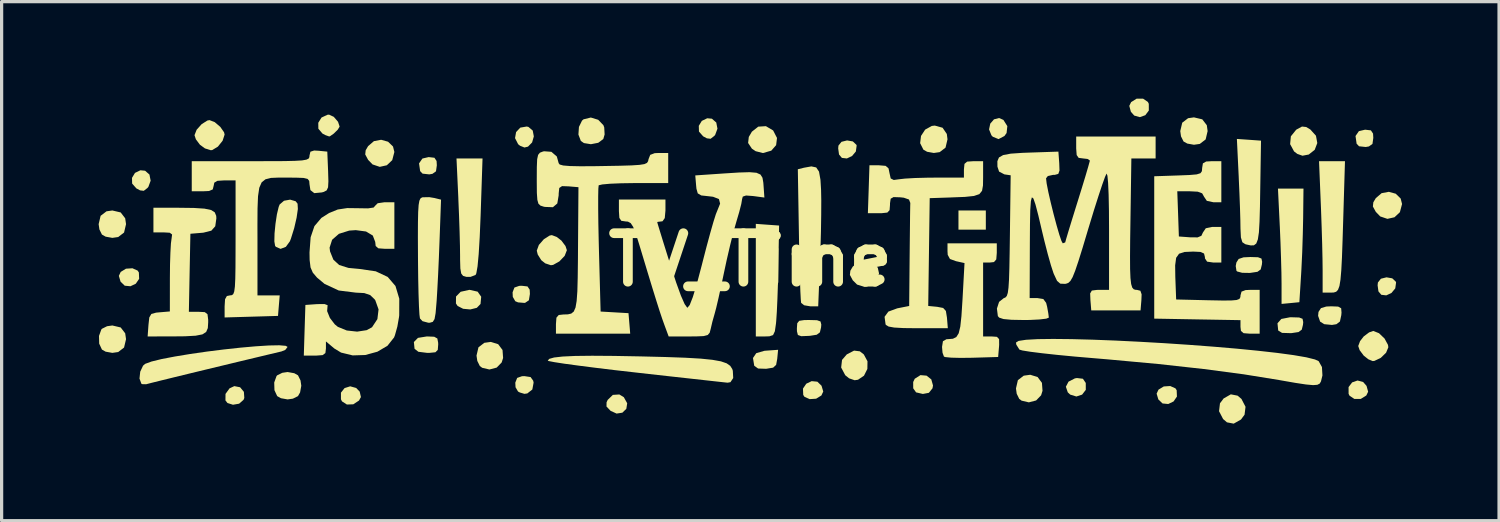
<source format=kicad_pcb>
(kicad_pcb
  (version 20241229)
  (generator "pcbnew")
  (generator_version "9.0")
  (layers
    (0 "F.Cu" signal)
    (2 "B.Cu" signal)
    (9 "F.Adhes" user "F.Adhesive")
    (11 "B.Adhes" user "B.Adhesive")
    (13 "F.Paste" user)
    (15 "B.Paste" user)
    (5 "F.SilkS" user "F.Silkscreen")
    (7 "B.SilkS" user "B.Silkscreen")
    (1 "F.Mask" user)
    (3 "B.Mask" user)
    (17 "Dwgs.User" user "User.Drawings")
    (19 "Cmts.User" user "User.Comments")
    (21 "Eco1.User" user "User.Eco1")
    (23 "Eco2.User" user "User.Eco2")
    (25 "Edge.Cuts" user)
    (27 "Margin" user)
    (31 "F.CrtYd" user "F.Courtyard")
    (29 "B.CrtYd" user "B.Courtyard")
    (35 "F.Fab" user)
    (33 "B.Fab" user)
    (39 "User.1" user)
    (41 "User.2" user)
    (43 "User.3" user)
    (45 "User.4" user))
  (footprint "TV_Time"
    (layer "F.Cu")
    (at 20.151 4.982)
    (property "Reference" "TV_Time" (at 0 0 0) (layer "F.SilkS") (effects (font (size 1.5 1.5) (thickness 0.3))))
    (attr board_only exclude_from_pos_files exclude_from_bom)
    (fp_poly (pts (xy 7.281 -1.228) (xy 7.281 -0.931) (xy 6.858 -0.931) (xy 6.435 -0.931) (xy 6.435 -1.228) (xy 6.435 -1.524) (xy 6.858 -1.524) (xy 7.281 -1.524)) (stroke (width 0) (type solid)) (fill yes) (layer "F.SilkS"))
    (fp_poly (pts (xy -18.946 0.334) (xy -18.907 0.393) (xy -18.899 0.589) (xy -19.002 0.74) (xy -19.168 0.819) (xy -19.344 0.802) (xy -19.473 0.677) (xy -19.526 0.498) (xy -19.469 0.376) (xy -19.306 0.276) (xy -19.106 0.263)) (stroke (width 0) (type solid)) (fill yes) (layer "F.SilkS"))
    (fp_poly (pts (xy -15.777 3.942) (xy -15.66 4.084) (xy -15.647 4.273) (xy -15.67 4.33) (xy -15.807 4.45) (xy -15.998 4.483) (xy -16.168 4.429) (xy -16.23 4.349) (xy -16.228 4.148) (xy -16.104 3.976) (xy -15.956 3.907)) (stroke (width 0) (type solid)) (fill yes) (layer "F.SilkS"))
    (fp_poly (pts (xy -12.188 3.964) (xy -12.079 4.078) (xy -12.041 4.245) (xy -12.101 4.353) (xy -12.277 4.469) (xy -12.475 4.476) (xy -12.627 4.378) (xy -12.659 4.314) (xy -12.659 4.109) (xy -12.547 3.968) (xy -12.373 3.913)) (stroke (width 0) (type solid)) (fill yes) (layer "F.SilkS"))
    (fp_poly (pts (xy -9.768 -3.154) (xy -9.702 -3.055) (xy -9.694 -2.921) (xy -9.72 -2.735) (xy -9.83 -2.657) (xy -9.928 -2.64) (xy -10.135 -2.663) (xy -10.21 -2.741) (xy -10.244 -2.98) (xy -10.14 -3.13) (xy -9.947 -3.175)) (stroke (width 0) (type solid)) (fill yes) (layer "F.SilkS"))
    (fp_poly (pts (xy -3.912 4.25) (xy -3.808 4.437) (xy -3.835 4.609) (xy -3.957 4.728) (xy -4.136 4.756) (xy -4.321 4.671) (xy -4.448 4.538) (xy -4.446 4.408) (xy -4.411 4.333) (xy -4.252 4.178) (xy -4.051 4.165)) (stroke (width 0) (type solid)) (fill yes) (layer "F.SilkS"))
    (fp_poly (pts (xy 2.072 3.77) (xy 2.201 3.895) (xy 2.254 4.074) (xy 2.197 4.196) (xy 2.034 4.296) (xy 1.834 4.309) (xy 1.674 4.238) (xy 1.635 4.179) (xy 1.627 3.983) (xy 1.73 3.832) (xy 1.896 3.753)) (stroke (width 0) (type solid)) (fill yes) (layer "F.SilkS"))
    (fp_poly (pts (xy 5.448 3.583) (xy 5.595 3.699) (xy 5.648 3.887) (xy 5.632 3.975) (xy 5.52 4.114) (xy 5.334 4.149) (xy 5.124 4.1) (xy 5.036 3.975) (xy 5.035 3.78) (xy 5.083 3.679) (xy 5.26 3.567)) (stroke (width 0) (type solid)) (fill yes) (layer "F.SilkS"))
    (fp_poly (pts (xy 7.825 -4.324) (xy 7.946 -4.132) (xy 7.923 -3.92) (xy 7.857 -3.827) (xy 7.674 -3.731) (xy 7.497 -3.803) (xy 7.454 -3.848) (xy 7.381 -4.03) (xy 7.418 -4.209) (xy 7.533 -4.342) (xy 7.692 -4.383)) (stroke (width 0) (type solid)) (fill yes) (layer "F.SilkS"))
    (fp_poly (pts (xy 10.283 3.679) (xy 10.371 3.809) (xy 10.372 4.022) (xy 10.258 4.17) (xy 10.081 4.228) (xy 9.89 4.169) (xy 9.815 4.099) (xy 9.756 3.926) (xy 9.838 3.769) (xy 10.034 3.668) (xy 10.098 3.657)) (stroke (width 0) (type solid)) (fill yes) (layer "F.SilkS"))
    (fp_poly (pts (xy 12.142 -4.982) (xy 12.292 -4.88) (xy 12.32 -4.822) (xy 12.321 -4.614) (xy 12.212 -4.47) (xy 12.044 -4.41) (xy 11.869 -4.459) (xy 11.766 -4.577) (xy 11.717 -4.758) (xy 11.773 -4.874) (xy 11.945 -4.982)) (stroke (width 0) (type solid)) (fill yes) (layer "F.SilkS"))
    (fp_poly (pts (xy 13.143 3.975) (xy 13.182 4.033) (xy 13.19 4.23) (xy 13.086 4.381) (xy 12.921 4.46) (xy 12.745 4.443) (xy 12.615 4.318) (xy 12.562 4.139) (xy 12.62 4.016) (xy 12.783 3.917) (xy 12.982 3.904)) (stroke (width 0) (type solid)) (fill yes) (layer "F.SilkS"))
    (fp_poly (pts (xy 18.949 3.781) (xy 19.053 3.9) (xy 19.102 4.08) (xy 19.046 4.196) (xy 18.873 4.304) (xy 18.677 4.304) (xy 18.527 4.203) (xy 18.498 4.145) (xy 18.497 3.937) (xy 18.607 3.792) (xy 18.775 3.733)) (stroke (width 0) (type solid)) (fill yes) (layer "F.SilkS"))
    (fp_poly (pts (xy 19.188 -4.001) (xy 19.254 -3.901) (xy 19.262 -3.768) (xy 19.236 -3.582) (xy 19.126 -3.504) (xy 19.028 -3.487) (xy 18.821 -3.509) (xy 18.746 -3.588) (xy 18.712 -3.826) (xy 18.816 -3.977) (xy 19.009 -4.022)) (stroke (width 0) (type solid)) (fill yes) (layer "F.SilkS"))
    (fp_poly (pts (xy -18.715 -2.753) (xy -18.58 -2.635) (xy -18.543 -2.445) (xy -18.614 -2.252) (xy -18.644 -2.218) (xy -18.755 -2.132) (xy -18.871 -2.146) (xy -18.986 -2.208) (xy -19.115 -2.356) (xy -19.12 -2.532) (xy -19.027 -2.686) (xy -18.86 -2.767)) (stroke (width 0) (type solid)) (fill yes) (layer "F.SilkS"))
    (fp_poly (pts (xy -8.433 0.986) (xy -8.322 1.143) (xy -8.343 1.367) (xy -8.458 1.486) (xy -8.659 1.536) (xy -8.88 1.516) (xy -9.052 1.429) (xy -9.103 1.351) (xy -9.101 1.137) (xy -8.958 0.99) (xy -8.697 0.932) (xy -8.677 0.931)) (stroke (width 0) (type solid)) (fill yes) (layer "F.SilkS"))
    (fp_poly (pts (xy -6.862 -4.108) (xy -6.729 -3.995) (xy -6.695 -3.814) (xy -6.748 -3.628) (xy -6.875 -3.498) (xy -6.985 -3.471) (xy -7.122 -3.526) (xy -7.18 -3.573) (xy -7.276 -3.761) (xy -7.243 -3.949) (xy -7.113 -4.086) (xy -6.915 -4.12)) (stroke (width 0) (type solid)) (fill yes) (layer "F.SilkS"))
    (fp_poly (pts (xy -1.189 -4.362) (xy -1.054 -4.244) (xy -1.017 -4.053) (xy -1.088 -3.861) (xy -1.118 -3.827) (xy -1.229 -3.741) (xy -1.345 -3.755) (xy -1.46 -3.817) (xy -1.589 -3.964) (xy -1.594 -4.141) (xy -1.501 -4.294) (xy -1.334 -4.375)) (stroke (width 0) (type solid)) (fill yes) (layer "F.SilkS"))
    (fp_poly (pts (xy 3.169 -3.659) (xy 3.28 -3.554) (xy 3.287 -3.531) (xy 3.262 -3.348) (xy 3.144 -3.207) (xy 2.984 -3.132) (xy 2.83 -3.15) (xy 2.742 -3.255) (xy 2.716 -3.443) (xy 2.724 -3.53) (xy 2.818 -3.647) (xy 2.991 -3.69)) (stroke (width 0) (type solid)) (fill yes) (layer "F.SilkS"))
    (fp_poly (pts (xy 15.066 4.202) (xy 15.185 4.303) (xy 15.311 4.546) (xy 15.281 4.791) (xy 15.17 4.94) (xy 14.946 5.067) (xy 14.737 5.027) (xy 14.618 4.925) (xy 14.492 4.683) (xy 14.521 4.438) (xy 14.633 4.289) (xy 14.857 4.161)) (stroke (width 0) (type solid)) (fill yes) (layer "F.SilkS"))
    (fp_poly (pts (xy 19.848 0.574) (xy 19.959 0.679) (xy 19.966 0.703) (xy 19.941 0.885) (xy 19.823 1.027) (xy 19.663 1.101) (xy 19.509 1.083) (xy 19.421 0.979) (xy 19.395 0.791) (xy 19.404 0.703) (xy 19.497 0.586) (xy 19.67 0.543)) (stroke (width 0) (type solid)) (fill yes) (layer "F.SilkS"))
    (fp_poly (pts (xy -19.469 -1.463) (xy -19.33 -1.282) (xy -19.304 -1.101) (xy -19.365 -0.842) (xy -19.546 -0.703) (xy -19.727 -0.677) (xy -19.934 -0.714) (xy -20.049 -0.779) (xy -20.127 -0.937) (xy -20.151 -1.101) (xy -20.09 -1.359) (xy -19.908 -1.498) (xy -19.727 -1.524)) (stroke (width 0) (type solid)) (fill yes) (layer "F.SilkS"))
    (fp_poly (pts (xy -11.202 -3.65) (xy -11.049 -3.502) (xy -11.007 -3.333) (xy -11.073 -3.08) (xy -11.24 -2.922) (xy -11.459 -2.873) (xy -11.682 -2.948) (xy -11.819 -3.09) (xy -11.908 -3.256) (xy -11.894 -3.386) (xy -11.819 -3.514) (xy -11.639 -3.668) (xy -11.416 -3.71)) (stroke (width 0) (type solid)) (fill yes) (layer "F.SilkS"))
    (fp_poly (pts (xy -7.798 2.61) (xy -7.663 2.79) (xy -7.645 3.036) (xy -7.689 3.175) (xy -7.843 3.334) (xy -8.068 3.393) (xy -8.292 3.34) (xy -8.365 3.285) (xy -8.443 3.127) (xy -8.467 2.963) (xy -8.407 2.707) (xy -8.226 2.568) (xy -8.025 2.54)) (stroke (width 0) (type solid)) (fill yes) (layer "F.SilkS"))
    (fp_poly (pts (xy -6.89 0.825) (xy -6.823 0.924) (xy -6.816 1.058) (xy -6.848 1.253) (xy -6.962 1.33) (xy -6.985 1.334) (xy -7.182 1.318) (xy -7.268 1.282) (xy -7.345 1.149) (xy -7.352 1.006) (xy -7.295 0.859) (xy -7.146 0.807) (xy -7.07 0.804)) (stroke (width 0) (type solid)) (fill yes) (layer "F.SilkS"))
    (fp_poly (pts (xy -6.795 3.627) (xy -6.714 3.74) (xy -6.702 3.8) (xy -6.741 4.011) (xy -6.896 4.133) (xy -6.985 4.146) (xy -7.127 4.104) (xy -7.183 4.074) (xy -7.26 3.943) (xy -7.268 3.8) (xy -7.21 3.653) (xy -7.062 3.601) (xy -6.985 3.598)) (stroke (width 0) (type solid)) (fill yes) (layer "F.SilkS"))
    (fp_poly (pts (xy 0.831 3.064) (xy 0.797 3.25) (xy 0.705 3.336) (xy 0.502 3.369) (xy 0.486 3.371) (xy 0.24 3.363) (xy 0.124 3.281) (xy 0.119 3.27) (xy 0.081 3.037) (xy 0.183 2.888) (xy 0.434 2.815) (xy 0.493 2.81) (xy 0.858 2.784)) (stroke (width 0) (type solid)) (fill yes) (layer "F.SilkS"))
    (fp_poly (pts (xy 3.386 2.831) (xy 3.508 2.927) (xy 3.622 3.139) (xy 3.618 3.376) (xy 3.514 3.584) (xy 3.329 3.71) (xy 3.224 3.725) (xy 3.053 3.666) (xy 2.934 3.57) (xy 2.808 3.332) (xy 2.835 3.096) (xy 2.982 2.926) (xy 3.207 2.809)) (stroke (width 0) (type solid)) (fill yes) (layer "F.SilkS"))
    (fp_poly (pts (xy 3.79 0.082) (xy 3.94 0.246) (xy 3.979 0.423) (xy 3.911 0.65) (xy 3.741 0.792) (xy 3.52 0.835) (xy 3.3 0.767) (xy 3.167 0.635) (xy 3.078 0.469) (xy 3.092 0.339) (xy 3.167 0.212) (xy 3.352 0.051) (xy 3.577 0.012)) (stroke (width 0) (type solid)) (fill yes) (layer "F.SilkS"))
    (fp_poly (pts (xy 5.944 -4.082) (xy 6.075 -3.889) (xy 6.096 -3.725) (xy 6.035 -3.467) (xy 5.854 -3.328) (xy 5.673 -3.302) (xy 5.466 -3.339) (xy 5.351 -3.404) (xy 5.25 -3.605) (xy 5.277 -3.829) (xy 5.405 -4.024) (xy 5.61 -4.138) (xy 5.704 -4.149)) (stroke (width 0) (type solid)) (fill yes) (layer "F.SilkS"))
    (fp_poly (pts (xy 8.882 3.626) (xy 9.016 3.806) (xy 9.034 4.052) (xy 8.99 4.191) (xy 8.836 4.35) (xy 8.611 4.409) (xy 8.387 4.356) (xy 8.314 4.301) (xy 8.236 4.143) (xy 8.213 3.979) (xy 8.272 3.723) (xy 8.453 3.584) (xy 8.655 3.556)) (stroke (width 0) (type solid)) (fill yes) (layer "F.SilkS"))
    (fp_poly (pts (xy 13.974 -4.342) (xy 14.114 -4.16) (xy 14.139 -3.979) (xy 14.078 -3.721) (xy 13.897 -3.582) (xy 13.716 -3.556) (xy 13.51 -3.593) (xy 13.394 -3.658) (xy 13.316 -3.816) (xy 13.293 -3.979) (xy 13.354 -4.238) (xy 13.535 -4.377) (xy 13.716 -4.403)) (stroke (width 0) (type solid)) (fill yes) (layer "F.SilkS"))
    (fp_poly (pts (xy 19.956 -2.042) (xy 20.108 -1.893) (xy 20.151 -1.724) (xy 20.084 -1.471) (xy 19.917 -1.314) (xy 19.698 -1.265) (xy 19.476 -1.34) (xy 19.339 -1.482) (xy 19.249 -1.647) (xy 19.263 -1.778) (xy 19.339 -1.905) (xy 19.518 -2.059) (xy 19.742 -2.101)) (stroke (width 0) (type solid)) (fill yes) (layer "F.SilkS"))
    (fp_poly (pts (xy -19.469 2.093) (xy -19.33 2.274) (xy -19.304 2.455) (xy -19.365 2.714) (xy -19.546 2.853) (xy -19.727 2.879) (xy -19.934 2.842) (xy -20.049 2.777) (xy -20.134 2.594) (xy -20.14 2.355) (xy -20.068 2.156) (xy -20.049 2.134) (xy -19.891 2.055) (xy -19.727 2.032)) (stroke (width 0) (type solid)) (fill yes) (layer "F.SilkS"))
    (fp_poly (pts (xy -12.88 -4.419) (xy -12.749 -4.266) (xy -12.7 -4.118) (xy -12.757 -4.023) (xy -12.881 -3.901) (xy -12.998 -3.819) (xy -13.024 -3.813) (xy -13.137 -3.853) (xy -13.229 -3.901) (xy -13.357 -4.051) (xy -13.36 -4.236) (xy -13.259 -4.398) (xy -13.073 -4.484) (xy -13.025 -4.487)) (stroke (width 0) (type solid)) (fill yes) (layer "F.SilkS"))
    (fp_poly (pts (xy -9.775 2.38) (xy -9.678 2.434) (xy -9.653 2.567) (xy -9.652 2.625) (xy -9.665 2.787) (xy -9.737 2.86) (xy -9.916 2.878) (xy -9.993 2.879) (xy -10.265 2.845) (xy -10.383 2.752) (xy -10.404 2.543) (xy -10.277 2.415) (xy -10.004 2.371) (xy -9.993 2.371)) (stroke (width 0) (type solid)) (fill yes) (layer "F.SilkS"))
    (fp_poly (pts (xy -4.704 -4.328) (xy -4.544 -4.161) (xy -4.518 -4.092) (xy -4.506 -3.875) (xy -4.547 -3.733) (xy -4.703 -3.617) (xy -4.93 -3.573) (xy -5.146 -3.608) (xy -5.241 -3.674) (xy -5.316 -3.871) (xy -5.3 -4.108) (xy -5.205 -4.302) (xy -5.157 -4.343) (xy -4.932 -4.398)) (stroke (width 0) (type solid)) (fill yes) (layer "F.SilkS"))
    (fp_poly (pts (xy 0.7 -4.001) (xy 0.707 -3.994) (xy 0.824 -3.766) (xy 0.797 -3.544) (xy 0.648 -3.374) (xy 0.399 -3.302) (xy 0.381 -3.302) (xy 0.164 -3.357) (xy 0.048 -3.435) (xy -0.069 -3.611) (xy -0.048 -3.798) (xy 0.047 -3.96) (xy 0.244 -4.116) (xy 0.481 -4.131)) (stroke (width 0) (type solid)) (fill yes) (layer "F.SilkS"))
    (fp_poly (pts (xy 17.187 -4.105) (xy 17.314 -4.029) (xy 17.489 -3.835) (xy 17.53 -3.609) (xy 17.45 -3.399) (xy 17.266 -3.254) (xy 17.072 -3.217) (xy 16.913 -3.273) (xy 16.812 -3.35) (xy 16.69 -3.575) (xy 16.713 -3.817) (xy 16.876 -4.019) (xy 16.891 -4.029) (xy 17.057 -4.119)) (stroke (width 0) (type solid)) (fill yes) (layer "F.SilkS"))
    (fp_poly (pts (xy 18.176 1.448) (xy 18.268 1.499) (xy 18.279 1.632) (xy 18.272 1.714) (xy 18.23 1.909) (xy 18.12 1.993) (xy 17.984 2.015) (xy 17.745 1.992) (xy 17.618 1.913) (xy 17.555 1.734) (xy 17.567 1.613) (xy 17.644 1.495) (xy 17.808 1.446) (xy 17.96 1.439)) (stroke (width 0) (type solid)) (fill yes) (layer "F.SilkS"))
    (fp_poly (pts (xy 0.529 -1.084) (xy 0.889 -1.058) (xy 0.864 0.254) (xy 0.853 0.745) (xy 0.837 1.21) (xy 0.819 1.606) (xy 0.8 1.892) (xy 0.793 1.968) (xy 0.758 2.211) (xy 0.702 2.329) (xy 0.588 2.367) (xy 0.458 2.371) (xy 0.169 2.371) (xy 0.169 0.63) (xy 0.169 -1.11)) (stroke (width 0) (type solid)) (fill yes) (layer "F.SilkS"))
    (fp_poly (pts (xy 16.969 1.785) (xy 17.074 1.825) (xy 17.095 1.927) (xy 17.087 2.011) (xy 17.05 2.161) (xy 16.951 2.235) (xy 16.739 2.267) (xy 16.709 2.269) (xy 16.44 2.261) (xy 16.322 2.188) (xy 16.321 2.185) (xy 16.299 1.964) (xy 16.418 1.83) (xy 16.681 1.779) (xy 16.737 1.778)) (stroke (width 0) (type solid)) (fill yes) (layer "F.SilkS"))
    (fp_poly (pts (xy -16.561 -4.255) (xy -16.39 -4.109) (xy -16.273 -3.942) (xy -16.256 -3.871) (xy -16.318 -3.68) (xy -16.464 -3.498) (xy -16.637 -3.393) (xy -16.684 -3.387) (xy -16.865 -3.444) (xy -17.018 -3.556) (xy -17.144 -3.724) (xy -17.187 -3.852) (xy -17.121 -4.02) (xy -16.966 -4.193) (xy -16.789 -4.305) (xy -16.722 -4.318)) (stroke (width 0) (type solid)) (fill yes) (layer "F.SilkS"))
    (fp_poly (pts (xy -14.102 3.508) (xy -13.987 3.573) (xy -13.909 3.731) (xy -13.885 3.895) (xy -13.922 4.101) (xy -13.987 4.216) (xy -14.145 4.295) (xy -14.309 4.318) (xy -14.515 4.281) (xy -14.63 4.216) (xy -14.715 4.033) (xy -14.722 3.794) (xy -14.65 3.595) (xy -14.63 3.573) (xy -14.472 3.495) (xy -14.309 3.471)) (stroke (width 0) (type solid)) (fill yes) (layer "F.SilkS"))
    (fp_poly (pts (xy -5.988 -0.706) (xy -5.842 -0.593) (xy -5.716 -0.425) (xy -5.673 -0.296) (xy -5.741 -0.121) (xy -5.904 0.05) (xy -6.097 0.158) (xy -6.168 0.169) (xy -6.344 0.11) (xy -6.464 0.014) (xy -6.574 -0.162) (xy -6.604 -0.282) (xy -6.539 -0.459) (xy -6.384 -0.636) (xy -6.205 -0.749) (xy -6.138 -0.762)) (stroke (width 0) (type solid)) (fill yes) (layer "F.SilkS"))
    (fp_poly (pts (xy 2.061 1.869) (xy 2.17 1.908) (xy 2.194 2.005) (xy 2.186 2.095) (xy 2.15 2.245) (xy 2.053 2.318) (xy 1.845 2.351) (xy 1.799 2.354) (xy 1.574 2.363) (xy 1.47 2.326) (xy 1.441 2.213) (xy 1.439 2.122) (xy 1.45 1.963) (xy 1.511 1.888) (xy 1.67 1.864) (xy 1.826 1.863)) (stroke (width 0) (type solid)) (fill yes) (layer "F.SilkS"))
    (fp_poly (pts (xy 15.696 -0.078) (xy 15.803 -0.038) (xy 15.825 0.061) (xy 15.817 0.148) (xy 15.78 0.299) (xy 15.681 0.372) (xy 15.469 0.404) (xy 15.438 0.407) (xy 15.207 0.403) (xy 15.053 0.362) (xy 15.031 0.342) (xy 15.008 0.195) (xy 15.029 0.084) (xy 15.099 -0.025) (xy 15.249 -0.075) (xy 15.463 -0.085)) (stroke (width 0) (type solid)) (fill yes) (layer "F.SilkS"))
    (fp_poly (pts (xy 19.438 2.271) (xy 19.61 2.436) (xy 19.716 2.632) (xy 19.727 2.705) (xy 19.657 2.874) (xy 19.492 3.034) (xy 19.296 3.127) (xy 19.243 3.133) (xy 19.108 3.077) (xy 18.965 2.963) (xy 18.84 2.796) (xy 18.796 2.667) (xy 18.852 2.517) (xy 18.965 2.371) (xy 19.133 2.245) (xy 19.262 2.201)) (stroke (width 0) (type solid)) (fill yes) (layer "F.SilkS"))
    (fp_poly (pts (xy 17.093 -1.291) (xy 17.082 -0.789) (xy 17.064 -0.23) (xy 17.039 0.292) (xy 17.029 0.466) (xy 16.976 1.312) (xy 16.701 1.339) (xy 16.425 1.365) (xy 16.425 0.738) (xy 16.421 0.407) (xy 16.409 -0.037) (xy 16.392 -0.535) (xy 16.371 -1.031) (xy 16.37 -1.045) (xy 16.314 -2.201) (xy 16.709 -2.201) (xy 17.103 -2.201)) (stroke (width 0) (type solid)) (fill yes) (layer "F.SilkS"))
    (fp_poly (pts (xy -14.061 -1.81) (xy -14 -1.734) (xy -13.991 -1.57) (xy -14.03 -1.301) (xy -14.104 -0.979) (xy -14.204 -0.658) (xy -14.237 -0.572) (xy -14.362 -0.4) (xy -14.525 -0.337) (xy -14.67 -0.399) (xy -14.695 -0.431) (xy -14.718 -0.569) (xy -14.712 -0.815) (xy -14.683 -1.112) (xy -14.639 -1.405) (xy -14.584 -1.634) (xy -14.554 -1.71) (xy -14.419 -1.825) (xy -14.23 -1.859)) (stroke (width 0) (type solid)) (fill yes) (layer "F.SilkS"))
    (fp_poly (pts (xy 18.333 -1.291) (xy 18.312 -0.607) (xy 18.293 -0.074) (xy 18.272 0.327) (xy 18.247 0.616) (xy 18.215 0.81) (xy 18.171 0.928) (xy 18.114 0.989) (xy 18.039 1.012) (xy 17.945 1.016) (xy 17.695 1.016) (xy 17.695 0.318) (xy 17.691 -0.024) (xy 17.681 -0.483) (xy 17.665 -1.006) (xy 17.646 -1.541) (xy 17.639 -1.714) (xy 17.584 -3.048) (xy 17.985 -3.048) (xy 18.386 -3.048)) (stroke (width 0) (type solid)) (fill yes) (layer "F.SilkS"))
    (fp_poly (pts (xy -8.34 -1.376) (xy -8.368 -0.702) (xy -8.4 -0.173) (xy -8.435 0.203) (xy -8.473 0.42) (xy -8.497 0.47) (xy -8.652 0.529) (xy -8.784 0.528) (xy -8.883 0.498) (xy -8.94 0.425) (xy -8.967 0.27) (xy -8.975 -0.005) (xy -8.975 -0.112) (xy -8.979 -0.43) (xy -8.99 -0.863) (xy -9.007 -1.358) (xy -9.028 -1.86) (xy -9.03 -1.926) (xy -9.086 -3.133) (xy -8.683 -3.133) (xy -8.281 -3.133)) (stroke (width 0) (type solid)) (fill yes) (layer "F.SilkS"))
    (fp_poly (pts (xy 2.036 -2.855) (xy 2.123 -2.726) (xy 2.168 -2.473) (xy 2.187 -2.158) (xy 2.193 -1.837) (xy 2.191 -1.394) (xy 2.183 -0.876) (xy 2.168 -0.329) (xy 2.157 -0.021) (xy 2.098 1.439) (xy 1.851 1.439) (xy 1.663 1.407) (xy 1.57 1.333) (xy 1.559 1.222) (xy 1.546 0.966) (xy 1.533 0.591) (xy 1.52 0.121) (xy 1.508 -0.419) (xy 1.502 -0.785) (xy 1.468 -2.798) (xy 1.658 -2.846) (xy 1.887 -2.887)) (stroke (width 0) (type solid)) (fill yes) (layer "F.SilkS"))
    (fp_poly (pts (xy 15.417 -3.71) (xy 15.79 -3.683) (xy 15.767 -2.244) (xy 15.757 -1.635) (xy 15.744 -1.176) (xy 15.725 -0.847) (xy 15.692 -0.629) (xy 15.643 -0.502) (xy 15.57 -0.447) (xy 15.47 -0.444) (xy 15.336 -0.473) (xy 15.303 -0.482) (xy 15.213 -0.542) (xy 15.168 -0.69) (xy 15.155 -0.964) (xy 15.155 -0.966) (xy 15.151 -1.222) (xy 15.14 -1.598) (xy 15.123 -2.046) (xy 15.102 -2.519) (xy 15.1 -2.574) (xy 15.044 -3.736)) (stroke (width 0) (type solid)) (fill yes) (layer "F.SilkS"))
    (fp_poly (pts (xy -9.77 -1.91) (xy -9.564 -1.859) (xy -9.611 -0.569) (xy -9.631 -0.058) (xy -9.654 0.451) (xy -9.678 0.907) (xy -9.699 1.259) (xy -9.705 1.333) (xy -9.732 1.65) (xy -9.765 1.834) (xy -9.819 1.92) (xy -9.907 1.946) (xy -9.958 1.947) (xy -10.137 1.899) (xy -10.216 1.814) (xy -10.232 1.693) (xy -10.247 1.429) (xy -10.26 1.05) (xy -10.27 0.583) (xy -10.276 0.056) (xy -10.277 -0.11) (xy -10.28 -0.706) (xy -10.278 -1.153) (xy -10.271 -1.475) (xy -10.257 -1.691) (xy -10.234 -1.824) (xy -10.201 -1.895) (xy -10.155 -1.926) (xy -10.132 -1.932) (xy -9.928 -1.936)) (stroke (width 0) (type solid)) (fill yes) (layer "F.SilkS"))
    (fp_poly (pts (xy -14.366 2.661) (xy -14.309 2.695) (xy -14.38 2.787) (xy -14.499 2.835) (xy -14.849 2.918) (xy -15.284 3.022) (xy -15.777 3.14) (xy -16.303 3.267) (xy -16.835 3.395) (xy -17.347 3.519) (xy -17.811 3.632) (xy -18.202 3.728) (xy -18.492 3.8) (xy -18.656 3.842) (xy -18.682 3.849) (xy -18.809 3.846) (xy -18.83 3.832) (xy -18.888 3.674) (xy -18.865 3.46) (xy -18.778 3.275) (xy -18.712 3.218) (xy -18.518 3.147) (xy -18.204 3.07) (xy -17.797 2.992) (xy -17.324 2.914) (xy -16.811 2.84) (xy -16.284 2.774) (xy -15.77 2.718) (xy -15.294 2.676) (xy -14.885 2.65) (xy -14.566 2.644)) (stroke (width 0) (type solid)) (fill yes) (layer "F.SilkS"))
    (fp_poly (pts (xy -4.22 2.973) (xy -3.391 2.988) (xy -2.625 3.007) (xy -2.011 3.029) (xy -1.532 3.057) (xy -1.171 3.094) (xy -0.91 3.141) (xy -0.733 3.202) (xy -0.622 3.28) (xy -0.56 3.377) (xy -0.542 3.433) (xy -0.53 3.657) (xy -0.615 3.785) (xy -0.703 3.801) (xy -0.809 3.79) (xy -1.063 3.762) (xy -1.443 3.72) (xy -1.929 3.666) (xy -2.501 3.603) (xy -3.137 3.532) (xy -3.535 3.487) (xy -4.194 3.412) (xy -4.795 3.339) (xy -5.32 3.272) (xy -5.748 3.214) (xy -6.059 3.166) (xy -6.234 3.132) (xy -6.265 3.119) (xy -6.218 3.064) (xy -6.068 3.022) (xy -5.804 2.992) (xy -5.415 2.974) (xy -4.891 2.968)) (stroke (width 0) (type solid)) (fill yes) (layer "F.SilkS"))
    (fp_poly (pts (xy 7.62 -0.212) (xy 7.604 -0.011) (xy 7.533 0.071) (xy 7.408 0.085) (xy 7.197 0.085) (xy 7.197 1.228) (xy 7.197 2.371) (xy 7.456 2.371) (xy 7.624 2.383) (xy 7.691 2.453) (xy 7.693 2.631) (xy 7.689 2.688) (xy 7.662 3.006) (xy 6.854 3.03) (xy 6.499 3.034) (xy 6.21 3.027) (xy 6.027 3.009) (xy 5.986 2.994) (xy 5.942 2.874) (xy 5.927 2.695) (xy 5.955 2.518) (xy 6.064 2.457) (xy 6.117 2.454) (xy 6.264 2.442) (xy 6.369 2.389) (xy 6.442 2.273) (xy 6.492 2.065) (xy 6.527 1.742) (xy 6.557 1.278) (xy 6.561 1.215) (xy 6.622 0.102) (xy 6.359 0.044) (xy 6.172 -0.024) (xy 6.103 -0.151) (xy 6.096 -0.261) (xy 6.096 -0.508) (xy 6.858 -0.508) (xy 7.62 -0.508)) (stroke (width 0) (type solid)) (fill yes) (layer "F.SilkS"))
    (fp_poly (pts (xy 9.935 2.454) (xy 10.581 2.471) (xy 11.286 2.498) (xy 12.031 2.535) (xy 12.796 2.579) (xy 13.563 2.63) (xy 14.315 2.687) (xy 15.033 2.748) (xy 15.697 2.813) (xy 16.291 2.88) (xy 16.795 2.948) (xy 17.19 3.016) (xy 17.459 3.083) (xy 17.572 3.135) (xy 17.674 3.317) (xy 17.689 3.576) (xy 17.644 3.761) (xy 17.605 3.828) (xy 17.532 3.866) (xy 17.399 3.876) (xy 17.179 3.856) (xy 16.848 3.806) (xy 16.378 3.724) (xy 16.341 3.717) (xy 15.256 3.542) (xy 14.008 3.377) (xy 12.602 3.222) (xy 11.043 3.079) (xy 10.627 3.044) (xy 10.03 2.993) (xy 9.487 2.941) (xy 9.02 2.89) (xy 8.654 2.844) (xy 8.412 2.805) (xy 8.32 2.778) (xy 8.224 2.626) (xy 8.213 2.56) (xy 8.294 2.509) (xy 8.525 2.474) (xy 8.888 2.454) (xy 9.364 2.448)) (stroke (width 0) (type solid)) (fill yes) (layer "F.SilkS"))
    (fp_poly (pts (xy -17.674 -1.608) (xy -17.205 -1.602) (xy -16.88 -1.581) (xy -16.674 -1.538) (xy -16.561 -1.467) (xy -16.516 -1.359) (xy -16.511 -1.281) (xy -16.545 -1.036) (xy -16.666 -0.9) (xy -16.911 -0.838) (xy -16.977 -0.832) (xy -17.314 -0.804) (xy -17.338 0.402) (xy -17.361 1.609) (xy -17.063 1.609) (xy -16.869 1.619) (xy -16.785 1.684) (xy -16.764 1.854) (xy -16.764 1.937) (xy -16.775 2.112) (xy -16.826 2.231) (xy -16.942 2.307) (xy -17.152 2.348) (xy -17.481 2.366) (xy -17.891 2.37) (xy -18.636 2.371) (xy -18.61 2.011) (xy -18.585 1.784) (xy -18.521 1.676) (xy -18.375 1.635) (xy -18.267 1.625) (xy -17.949 1.598) (xy -17.948 0.566) (xy -17.944 0.148) (xy -17.932 -0.223) (xy -17.916 -0.505) (xy -17.896 -0.656) (xy -17.88 -0.782) (xy -17.953 -0.836) (xy -18.151 -0.847) (xy -18.457 -0.847) (xy -18.457 -1.228) (xy -18.457 -1.609)) (stroke (width 0) (type solid)) (fill yes) (layer "F.SilkS"))
    (fp_poly (pts (xy 7.197 -2.542) (xy 7.193 -2.297) (xy 7.164 -2.132) (xy 7.08 -2.029) (xy 6.914 -1.973) (xy 6.637 -1.944) (xy 6.222 -1.928) (xy 6.181 -1.926) (xy 5.546 -1.905) (xy 5.523 -0.238) (xy 5.5 1.428) (xy 5.777 1.455) (xy 5.961 1.49) (xy 6.046 1.583) (xy 6.079 1.788) (xy 6.08 1.799) (xy 6.106 2.117) (xy 5.167 2.117) (xy 4.736 2.112) (xy 4.447 2.096) (xy 4.275 2.065) (xy 4.193 2.016) (xy 4.181 1.995) (xy 4.15 1.764) (xy 4.267 1.603) (xy 4.539 1.503) (xy 4.552 1.5) (xy 4.911 1.429) (xy 4.925 -0.09) (xy 4.93 -0.589) (xy 4.935 -1.036) (xy 4.939 -1.401) (xy 4.943 -1.653) (xy 4.946 -1.757) (xy 4.905 -1.863) (xy 4.745 -1.919) (xy 4.636 -1.931) (xy 4.428 -1.938) (xy 4.339 -1.888) (xy 4.318 -1.745) (xy 4.318 -1.698) (xy 4.305 -1.533) (xy 4.235 -1.459) (xy 4.058 -1.44) (xy 3.976 -1.439) (xy 3.634 -1.439) (xy 3.659 -2.18) (xy 3.683 -2.921) (xy 3.979 -2.921) (xy 4.182 -2.904) (xy 4.273 -2.825) (xy 4.303 -2.679) (xy 4.34 -2.514) (xy 4.435 -2.467) (xy 4.589 -2.488) (xy 4.783 -2.51) (xy 5.096 -2.528) (xy 5.477 -2.538) (xy 5.726 -2.54) (xy 6.604 -2.54) (xy 6.604 -2.794) (xy 6.621 -2.965) (xy 6.704 -3.035) (xy 6.9 -3.048) (xy 7.197 -3.048)) (stroke (width 0) (type solid)) (fill yes) (layer "F.SilkS"))
    (fp_poly (pts (xy -13.356 -3.371) (xy -13.081 -3.344) (xy -13.056 -2.741) (xy -13.047 -2.426) (xy -13.057 -2.241) (xy -13.1 -2.146) (xy -13.188 -2.099) (xy -13.251 -2.082) (xy -13.484 -2.06) (xy -13.603 -2.154) (xy -13.631 -2.333) (xy -13.64 -2.438) (xy -13.689 -2.5) (xy -13.814 -2.53) (xy -14.05 -2.539) (xy -14.272 -2.54) (xy -14.584 -2.541) (xy -14.821 -2.531) (xy -14.993 -2.488) (xy -15.111 -2.393) (xy -15.184 -2.226) (xy -15.223 -1.964) (xy -15.238 -1.589) (xy -15.241 -1.079) (xy -15.24 -0.632) (xy -15.24 1.101) (xy -14.896 1.101) (xy -14.552 1.101) (xy -14.579 1.418) (xy -14.605 1.736) (xy -15.431 1.76) (xy -16.256 1.784) (xy -16.256 1.442) (xy -16.242 1.22) (xy -16.186 1.121) (xy -16.087 1.101) (xy -16.03 1.094) (xy -15.988 1.061) (xy -15.958 0.979) (xy -15.938 0.828) (xy -15.926 0.585) (xy -15.92 0.231) (xy -15.918 -0.257) (xy -15.917 -0.677) (xy -15.917 -2.455) (xy -16.256 -2.455) (xy -16.478 -2.441) (xy -16.575 -2.384) (xy -16.595 -2.286) (xy -16.623 -2.175) (xy -16.738 -2.126) (xy -16.933 -2.117) (xy -17.272 -2.117) (xy -17.272 -2.582) (xy -17.272 -3.048) (xy -15.452 -3.048) (xy -14.853 -3.049) (xy -14.402 -3.051) (xy -14.078 -3.059) (xy -13.861 -3.072) (xy -13.729 -3.095) (xy -13.66 -3.127) (xy -13.635 -3.172) (xy -13.631 -3.223) (xy -13.603 -3.341) (xy -13.488 -3.378)) (stroke (width 0) (type solid)) (fill yes) (layer "F.SilkS"))
    (fp_poly (pts (xy 14.563 -2.413) (xy 14.563 -1.778) (xy 14.319 -1.778) (xy 14.114 -1.822) (xy 14.03 -1.947) (xy 13.97 -2.054) (xy 13.834 -2.105) (xy 13.594 -2.117) (xy 13.201 -2.117) (xy 13.226 -1.418) (xy 13.25 -0.72) (xy 13.599 -0.694) (xy 13.83 -0.692) (xy 13.946 -0.741) (xy 13.993 -0.842) (xy 14.082 -0.974) (xy 14.282 -1.016) (xy 14.301 -1.016) (xy 14.563 -1.016) (xy 14.563 -0.466) (xy 14.563 0.085) (xy 14.309 0.085) (xy 14.123 0.058) (xy 14.057 -0.041) (xy 14.055 -0.085) (xy 14.028 -0.193) (xy 13.92 -0.242) (xy 13.695 -0.253) (xy 13.425 -0.241) (xy 13.256 -0.187) (xy 13.166 -0.061) (xy 13.135 0.171) (xy 13.14 0.538) (xy 13.141 0.558) (xy 13.166 1.228) (xy 14.161 1.252) (xy 14.584 1.26) (xy 14.866 1.259) (xy 15.036 1.244) (xy 15.122 1.211) (xy 15.152 1.155) (xy 15.155 1.103) (xy 15.187 0.985) (xy 15.314 0.937) (xy 15.452 0.931) (xy 15.748 0.931) (xy 15.748 1.609) (xy 15.748 2.286) (xy 15.452 2.286) (xy 15.251 2.27) (xy 15.169 2.199) (xy 15.155 2.076) (xy 15.155 1.867) (xy 13.822 1.844) (xy 12.488 1.82) (xy 12.488 -0.381) (xy 12.488 -2.582) (xy 13.229 -2.607) (xy 13.584 -2.621) (xy 13.802 -2.64) (xy 13.917 -2.676) (xy 13.962 -2.739) (xy 13.97 -2.839) (xy 13.97 -2.84) (xy 13.993 -2.981) (xy 14.094 -3.038) (xy 14.266 -3.048) (xy 14.563 -3.048)) (stroke (width 0) (type solid)) (fill yes) (layer "F.SilkS"))
    (fp_poly (pts (xy -6.152 -3.338) (xy -5.984 -3.193) (xy -5.927 -2.987) (xy -5.895 -2.945) (xy -5.787 -2.915) (xy -5.581 -2.898) (xy -5.256 -2.891) (xy -4.792 -2.894) (xy -4.551 -2.898) (xy -4.04 -2.907) (xy -3.674 -2.918) (xy -3.428 -2.934) (xy -3.276 -2.958) (xy -3.196 -2.995) (xy -3.161 -3.049) (xy -3.148 -3.111) (xy -3.096 -3.244) (xy -2.958 -3.296) (xy -2.83 -3.302) (xy -2.54 -3.302) (xy -2.54 -2.836) (xy -2.54 -2.371) (xy -3.593 -2.371) (xy -3.998 -2.365) (xy -4.338 -2.351) (xy -4.58 -2.329) (xy -4.688 -2.303) (xy -4.69 -2.3) (xy -4.7 -2.199) (xy -4.705 -1.953) (xy -4.705 -1.588) (xy -4.7 -1.129) (xy -4.689 -0.6) (xy -4.682 -0.315) (xy -4.63 1.601) (xy -4.199 1.626) (xy -3.768 1.651) (xy -3.741 1.968) (xy -3.715 2.286) (xy -4.863 2.286) (xy -6.011 2.286) (xy -6.011 1.99) (xy -5.996 1.79) (xy -5.925 1.708) (xy -5.779 1.692) (xy -5.642 1.688) (xy -5.538 1.664) (xy -5.46 1.601) (xy -5.406 1.478) (xy -5.371 1.275) (xy -5.349 0.973) (xy -5.338 0.55) (xy -5.331 -0.011) (xy -5.329 -0.341) (xy -5.315 -2.244) (xy -5.621 -2.27) (xy -5.823 -2.277) (xy -5.908 -2.22) (xy -5.926 -2.052) (xy -5.927 -1.992) (xy -5.969 -1.741) (xy -6.105 -1.625) (xy -6.351 -1.634) (xy -6.393 -1.643) (xy -6.491 -1.675) (xy -6.553 -1.734) (xy -6.586 -1.853) (xy -6.601 -2.066) (xy -6.604 -2.408) (xy -6.604 -2.498) (xy -6.602 -2.87) (xy -6.592 -3.107) (xy -6.563 -3.242) (xy -6.507 -3.311) (xy -6.415 -3.346) (xy -6.379 -3.355)) (stroke (width 0) (type solid)) (fill yes) (layer "F.SilkS"))
    (fp_poly (pts (xy -11.007 -1.058) (xy -11.007 -0.339) (xy -11.303 -0.339) (xy -11.503 -0.354) (xy -11.585 -0.426) (xy -11.599 -0.552) (xy -11.674 -0.749) (xy -11.883 -0.874) (xy -12.2 -0.916) (xy -12.403 -0.902) (xy -12.722 -0.802) (xy -12.932 -0.618) (xy -13.01 -0.375) (xy -12.996 -0.259) (xy -12.893 -0.003) (xy -12.714 0.162) (xy -12.427 0.252) (xy -12.087 0.284) (xy -11.583 0.357) (xy -11.213 0.531) (xy -10.973 0.811) (xy -10.855 1.205) (xy -10.857 1.717) (xy -10.863 1.769) (xy -10.915 2.067) (xy -10.99 2.335) (xy -11.017 2.403) (xy -11.22 2.659) (xy -11.532 2.843) (xy -11.907 2.945) (xy -12.297 2.957) (xy -12.655 2.87) (xy -12.863 2.744) (xy -13.123 2.525) (xy -13.123 2.744) (xy -13.14 2.885) (xy -13.224 2.948) (xy -13.421 2.963) (xy -13.465 2.963) (xy -13.807 2.963) (xy -13.783 2.18) (xy -13.758 1.397) (xy -13.39 1.371) (xy -13.163 1.37) (xy -13.07 1.406) (xy -13.073 1.427) (xy -13.086 1.588) (xy -13.001 1.798) (xy -12.85 1.996) (xy -12.755 2.074) (xy -12.478 2.187) (xy -12.158 2.222) (xy -11.864 2.177) (xy -11.698 2.087) (xy -11.532 1.835) (xy -11.496 1.535) (xy -11.596 1.254) (xy -11.619 1.222) (xy -11.756 1.091) (xy -11.938 1.03) (xy -12.201 1.016) (xy -12.728 0.95) (xy -13.166 0.746) (xy -13.399 0.551) (xy -13.529 0.398) (xy -13.599 0.237) (xy -13.627 0.008) (xy -13.631 -0.227) (xy -13.596 -0.696) (xy -13.479 -1.04) (xy -13.265 -1.293) (xy -13.027 -1.445) (xy -12.758 -1.554) (xy -12.466 -1.598) (xy -12.14 -1.594) (xy -11.821 -1.589) (xy -11.648 -1.615) (xy -11.599 -1.672) (xy -11.522 -1.748) (xy -11.315 -1.778) (xy -11.303 -1.778) (xy -11.007 -1.778)) (stroke (width 0) (type solid)) (fill yes) (layer "F.SilkS"))
    (fp_poly (pts (xy 0.189 -2.69) (xy 0.313 -2.635) (xy 0.375 -2.536) (xy 0.401 -2.385) (xy 0.408 -2.295) (xy 0.434 -1.924) (xy 0.09 -1.97) (xy -0.133 -1.987) (xy -0.234 -1.953) (xy -0.255 -1.876) (xy -0.28 -1.727) (xy -0.345 -1.473) (xy -0.43 -1.185) (xy -0.519 -0.873) (xy -0.624 -0.455) (xy -0.732 0.011) (xy -0.811 0.38) (xy -0.9 0.799) (xy -0.984 1.181) (xy -1.054 1.48) (xy -1.099 1.65) (xy -1.175 1.919) (xy -1.226 2.138) (xy -1.258 2.257) (xy -1.318 2.326) (xy -1.447 2.36) (xy -1.681 2.37) (xy -1.9 2.371) (xy -2.526 2.371) (xy -2.659 2.011) (xy -2.725 1.826) (xy -2.803 1.593) (xy -2.9 1.288) (xy -3.024 0.89) (xy -3.18 0.378) (xy -3.375 -0.269) (xy -3.428 -0.445) (xy -3.538 -0.797) (xy -3.623 -1.016) (xy -3.699 -1.133) (xy -3.785 -1.179) (xy -3.857 -1.185) (xy -3.991 -1.205) (xy -4.05 -1.294) (xy -4.064 -1.502) (xy -4.064 -1.524) (xy -4.064 -1.863) (xy -3.344 -1.863) (xy -2.625 -1.863) (xy -2.625 -1.524) (xy -2.646 -1.289) (xy -2.715 -1.191) (xy -2.752 -1.185) (xy -2.865 -1.172) (xy -2.879 -1.161) (xy -2.855 -1.076) (xy -2.788 -0.857) (xy -2.688 -0.532) (xy -2.562 -0.128) (xy -2.468 0.173) (xy -2.293 0.706) (xy -2.147 1.109) (xy -2.032 1.37) (xy -1.954 1.479) (xy -1.944 1.482) (xy -1.875 1.399) (xy -1.778 1.152) (xy -1.653 0.74) (xy -1.5 0.161) (xy -1.481 0.085) (xy -1.358 -0.391) (xy -1.242 -0.82) (xy -1.142 -1.17) (xy -1.066 -1.411) (xy -1.031 -1.497) (xy -0.935 -1.735) (xy -0.971 -1.877) (xy -1.153 -1.948) (xy -1.291 -1.964) (xy -1.518 -1.989) (xy -1.626 -2.053) (xy -1.667 -2.197) (xy -1.677 -2.299) (xy -1.703 -2.608) (xy -0.824 -2.668) (xy -0.353 -2.698) (xy -0.024 -2.708)) (stroke (width 0) (type solid)) (fill yes) (layer "F.SilkS"))
    (fp_poly (pts (xy 12.531 -3.471) (xy 12.531 -3.133) (xy 12.156 -3.133) (xy 11.781 -3.133) (xy 11.754 -1.291) (xy 11.744 -0.621) (xy 11.74 -0.101) (xy 11.742 0.288) (xy 11.753 0.565) (xy 11.774 0.748) (xy 11.807 0.858) (xy 11.853 0.912) (xy 11.914 0.93) (xy 11.953 0.931) (xy 12.06 0.958) (xy 12.098 1.069) (xy 12.091 1.249) (xy 12.065 1.566) (xy 11.303 1.566) (xy 10.541 1.566) (xy 10.515 1.249) (xy 10.507 1.041) (xy 10.559 0.952) (xy 10.715 0.932) (xy 10.79 0.931) (xy 11.091 0.931) (xy 11.091 -0.906) (xy 11.088 -1.517) (xy 11.078 -2.012) (xy 11.062 -2.376) (xy 11.041 -2.598) (xy 11.015 -2.665) (xy 11.013 -2.663) (xy 10.966 -2.56) (xy 10.88 -2.321) (xy 10.764 -1.971) (xy 10.625 -1.535) (xy 10.474 -1.039) (xy 10.441 -0.931) (xy 10.274 -0.373) (xy 10.144 0.043) (xy 10.044 0.339) (xy 9.965 0.536) (xy 9.897 0.654) (xy 9.831 0.716) (xy 9.76 0.741) (xy 9.729 0.745) (xy 9.583 0.739) (xy 9.483 0.652) (xy 9.386 0.444) (xy 9.371 0.407) (xy 9.294 0.171) (xy 9.196 -0.177) (xy 9.091 -0.585) (xy 9.018 -0.889) (xy 8.905 -1.369) (xy 8.817 -1.706) (xy 8.752 -1.894) (xy 8.705 -1.931) (xy 8.674 -1.812) (xy 8.655 -1.536) (xy 8.646 -1.097) (xy 8.642 -0.492) (xy 8.642 -0.487) (xy 8.636 1.185) (xy 8.879 1.185) (xy 9.058 1.214) (xy 9.146 1.332) (xy 9.176 1.45) (xy 9.213 1.658) (xy 9.229 1.788) (xy 9.229 1.789) (xy 9.15 1.821) (xy 8.94 1.846) (xy 8.637 1.861) (xy 8.464 1.863) (xy 8.075 1.856) (xy 7.827 1.833) (xy 7.694 1.789) (xy 7.653 1.742) (xy 7.624 1.509) (xy 7.691 1.302) (xy 7.832 1.189) (xy 7.887 1.166) (xy 7.929 1.119) (xy 7.96 1.025) (xy 7.982 0.863) (xy 7.998 0.612) (xy 8.009 0.251) (xy 8.018 -0.241) (xy 8.025 -0.735) (xy 8.049 -2.612) (xy 7.856 -2.64) (xy 7.691 -2.726) (xy 7.64 -2.879) (xy 7.638 -3.047) (xy 7.687 -3.163) (xy 7.816 -3.237) (xy 8.05 -3.281) (xy 8.415 -3.306) (xy 8.636 -3.314) (xy 9.525 -3.344) (xy 9.551 -2.985) (xy 9.559 -2.759) (xy 9.522 -2.655) (xy 9.417 -2.626) (xy 9.361 -2.625) (xy 9.199 -2.589) (xy 9.143 -2.519) (xy 9.162 -2.357) (xy 9.214 -2.093) (xy 9.289 -1.765) (xy 9.377 -1.411) (xy 9.468 -1.07) (xy 9.552 -0.78) (xy 9.62 -0.58) (xy 9.66 -0.508) (xy 9.736 -0.537) (xy 9.737 -0.543) (xy 9.761 -0.631) (xy 9.827 -0.853) (xy 9.926 -1.177) (xy 10.05 -1.577) (xy 10.117 -1.792) (xy 10.25 -2.22) (xy 10.363 -2.591) (xy 10.446 -2.874) (xy 10.492 -3.04) (xy 10.498 -3.069) (xy 10.426 -3.117) (xy 10.287 -3.133) (xy 10.151 -3.151) (xy 10.09 -3.238) (xy 10.075 -3.442) (xy 10.075 -3.471) (xy 10.075 -3.81) (xy 11.303 -3.81) (xy 12.531 -3.81)) (stroke (width 0) (type solid)) (fill yes) (layer "F.SilkS")))
  (gr_rect
    (start -3 -3)
    (end 43.301 13.049)
    (stroke (width 0.1) (type default))
    (fill no)
    (layer "Edge.Cuts")))
</source>
